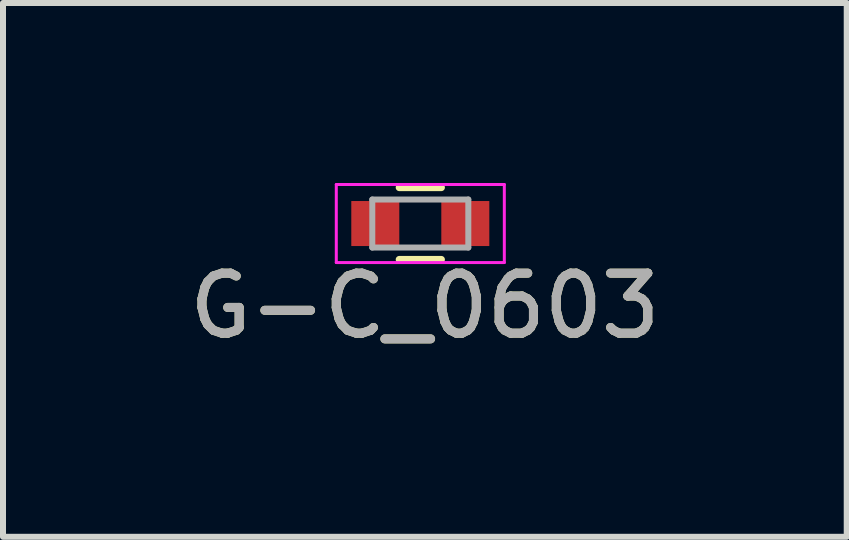
<source format=kicad_pcb>
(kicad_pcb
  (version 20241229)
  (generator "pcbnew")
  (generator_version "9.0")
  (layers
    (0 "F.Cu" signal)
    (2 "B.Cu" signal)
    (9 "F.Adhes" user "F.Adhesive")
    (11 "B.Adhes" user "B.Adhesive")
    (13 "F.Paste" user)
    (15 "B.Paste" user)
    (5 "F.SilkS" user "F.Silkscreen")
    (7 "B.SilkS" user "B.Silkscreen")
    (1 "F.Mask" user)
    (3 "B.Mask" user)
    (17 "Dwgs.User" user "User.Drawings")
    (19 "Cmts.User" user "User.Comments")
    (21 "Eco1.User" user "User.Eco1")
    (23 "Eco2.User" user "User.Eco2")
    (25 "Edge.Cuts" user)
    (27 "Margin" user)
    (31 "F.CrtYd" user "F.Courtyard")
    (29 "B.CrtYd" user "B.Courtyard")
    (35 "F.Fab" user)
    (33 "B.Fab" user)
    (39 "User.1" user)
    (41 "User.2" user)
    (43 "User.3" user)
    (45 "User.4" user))
  (footprint "G-C_0603"
    (layer "F.Cu")
    (at 3.954 0.675)
    (property "Reference" "G-C_0603" (at 0.076 1.372 0) (layer "F.SilkS") (effects (font (size 1 1) (thickness 0.15))))
    (attr smd)
    (fp_line (start -0.35 -0.6) (end 0.35 -0.6) (stroke (width 0.12) (type solid)) (layer "F.SilkS"))
    (fp_line (start 0.35 0.6) (end -0.35 0.6) (stroke (width 0.12) (type solid)) (layer "F.SilkS"))
    (fp_line (start -1.4 -0.65) (end -1.4 0.65) (stroke (width 0.05) (type solid)) (layer "F.CrtYd"))
    (fp_line (start -1.4 -0.65) (end 1.4 -0.65) (stroke (width 0.05) (type solid)) (layer "F.CrtYd"))
    (fp_line (start 1.4 0.65) (end -1.4 0.65) (stroke (width 0.05) (type solid)) (layer "F.CrtYd"))
    (fp_line (start 1.4 0.65) (end 1.4 -0.65) (stroke (width 0.05) (type solid)) (layer "F.CrtYd"))
    (fp_line (start -0.8 -0.4) (end 0.8 -0.4) (stroke (width 0.1) (type solid)) (layer "F.Fab"))
    (fp_line (start -0.8 0.4) (end -0.8 -0.4) (stroke (width 0.1) (type solid)) (layer "F.Fab"))
    (fp_line (start 0.8 -0.4) (end 0.8 0.4) (stroke (width 0.1) (type solid)) (layer "F.Fab"))
    (fp_line (start 0.8 0.4) (end -0.8 0.4) (stroke (width 0.1) (type solid)) (layer "F.Fab"))
    (fp_text user "${REFERENCE}" (at 0.076 1.372 0) (layer "F.Fab") (effects (font (size 1 1) (thickness 0.15))))
    (pad "1" smd rect (at -0.75 0) (size 0.8 0.75) (layers "F.Cu" "F.Mask" "F.Paste"))
    (pad "2" smd rect (at 0.75 0) (size 0.8 0.75) (layers "F.Cu" "F.Mask" "F.Paste")))
  (gr_rect
    (start -3 -3)
    (end 11.06 5.895)
    (stroke (width 0.1) (type default))
    (fill no)
    (layer "Edge.Cuts")))
</source>
